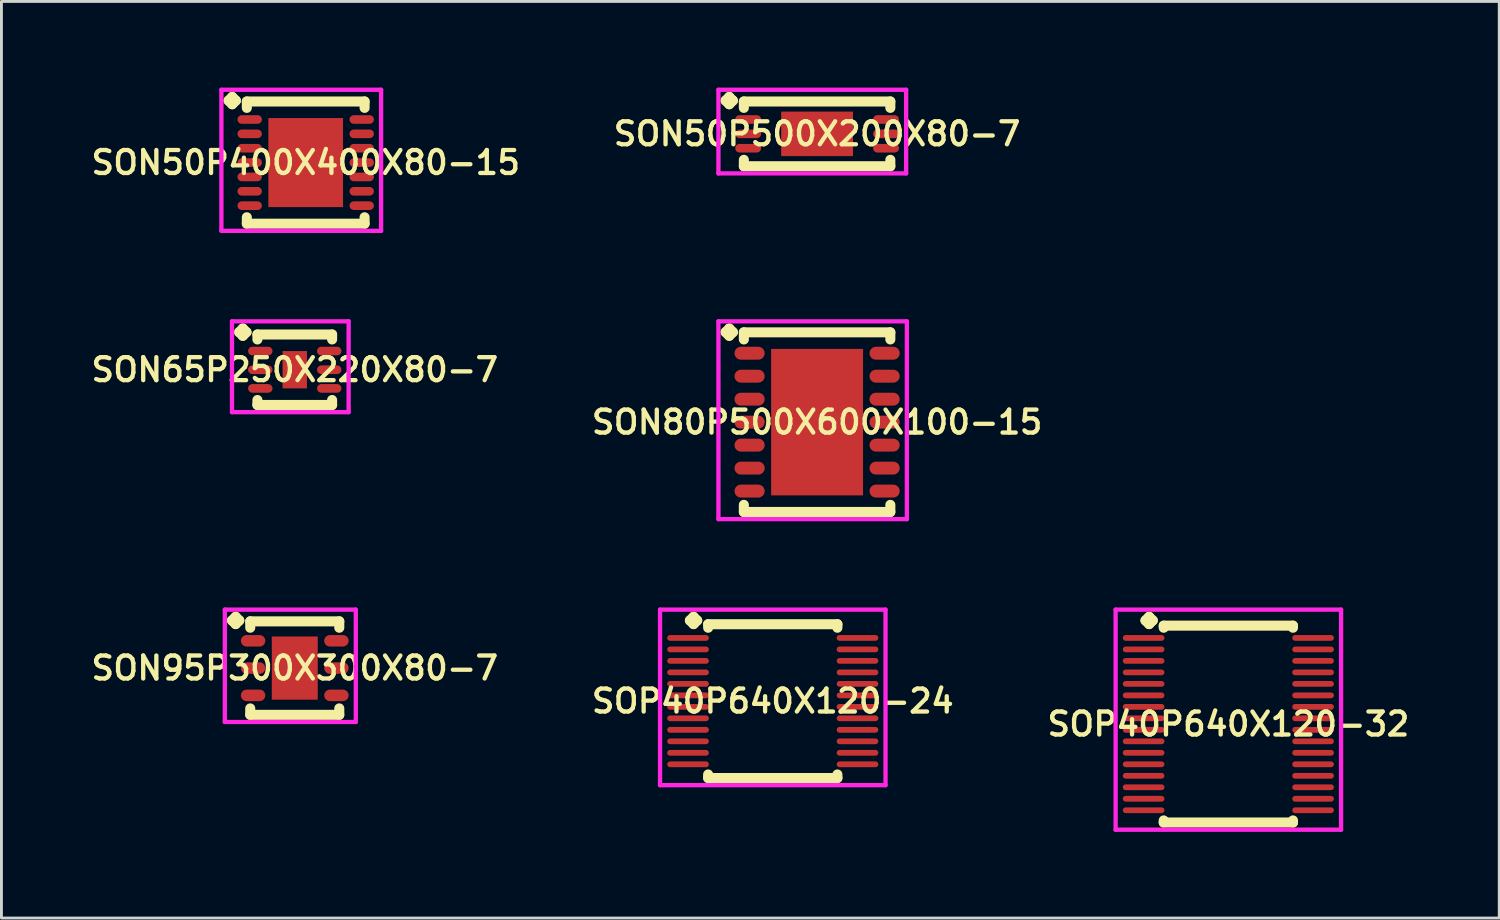
<source format=kicad_pcb>
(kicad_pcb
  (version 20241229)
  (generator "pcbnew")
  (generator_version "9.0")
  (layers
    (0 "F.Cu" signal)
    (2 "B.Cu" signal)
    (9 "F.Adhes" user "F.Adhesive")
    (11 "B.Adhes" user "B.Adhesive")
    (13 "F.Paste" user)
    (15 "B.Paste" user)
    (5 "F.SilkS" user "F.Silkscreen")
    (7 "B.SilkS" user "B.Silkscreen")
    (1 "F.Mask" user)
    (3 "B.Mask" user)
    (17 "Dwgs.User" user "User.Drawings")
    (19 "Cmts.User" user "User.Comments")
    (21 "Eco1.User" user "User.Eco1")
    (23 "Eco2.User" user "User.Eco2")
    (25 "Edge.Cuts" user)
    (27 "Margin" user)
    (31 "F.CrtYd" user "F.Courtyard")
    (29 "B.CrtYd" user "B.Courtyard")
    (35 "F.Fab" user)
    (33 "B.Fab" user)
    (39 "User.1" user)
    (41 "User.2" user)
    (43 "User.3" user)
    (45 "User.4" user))
  (footprint "SON80P500X600X100-15"
    (layer "F.Cu")
    (at 25.397 11.647)
    (property "Reference" "SON80P500X600X100-15" (at 0 0 0) (layer "F.SilkS") (effects (font (size 0.8 0.8) (thickness 0.15))))
    (attr smd)
    (fp_line (start -3.185 -3.133) (end -3.058 -3.26) (stroke (width 0.35) (type solid)) (layer "F.SilkS"))
    (fp_line (start -3.058 -3.26) (end -2.931 -3.133) (stroke (width 0.35) (type solid)) (layer "F.SilkS"))
    (fp_line (start -3.058 -3.006) (end -3.185 -3.133) (stroke (width 0.35) (type solid)) (layer "F.SilkS"))
    (fp_line (start -2.931 -3.133) (end -3.058 -3.006) (stroke (width 0.35) (type solid)) (layer "F.SilkS"))
    (fp_line (start -2.55 -3.127) (end 2.55 -3.127) (stroke (width 0.35) (type solid)) (layer "F.SilkS"))
    (fp_line (start -2.55 -2.879) (end -2.55 -3.127) (stroke (width 0.35) (type solid)) (layer "F.SilkS"))
    (fp_line (start -2.55 2.879) (end -2.55 3.127) (stroke (width 0.35) (type solid)) (layer "F.SilkS"))
    (fp_line (start -2.55 3.127) (end 2.55 3.127) (stroke (width 0.35) (type solid)) (layer "F.SilkS"))
    (fp_line (start 2.55 -3.127) (end 2.55 -2.879) (stroke (width 0.35) (type solid)) (layer "F.SilkS"))
    (fp_line (start 2.55 3.127) (end 2.55 2.879) (stroke (width 0.35) (type solid)) (layer "F.SilkS"))
    (fp_line (start -3.435 -3.51) (end 3.125 -3.51) (stroke (width 0.15) (type solid)) (layer "F.CrtYd"))
    (fp_line (start -3.435 3.377) (end -3.435 -3.51) (stroke (width 0.15) (type solid)) (layer "F.CrtYd"))
    (fp_line (start 3.125 -3.51) (end 3.125 3.377) (stroke (width 0.15) (type solid)) (layer "F.CrtYd"))
    (fp_line (start 3.125 3.377) (end -3.435 3.377) (stroke (width 0.15) (type solid)) (layer "F.CrtYd"))
    (pad "1" smd oval (at -2.35 -2.4) (size 1.05 0.45) (layers "F.Cu" "F.Mask" "F.Paste"))
    (pad "2" smd oval (at -2.35 -1.6) (size 1.05 0.45) (layers "F.Cu" "F.Mask" "F.Paste"))
    (pad "3" smd oval (at -2.35 -0.8) (size 1.05 0.45) (layers "F.Cu" "F.Mask" "F.Paste"))
    (pad "4" smd oval (at -2.35 0) (size 1.05 0.45) (layers "F.Cu" "F.Mask" "F.Paste"))
    (pad "5" smd oval (at -2.35 0.8) (size 1.05 0.45) (layers "F.Cu" "F.Mask" "F.Paste"))
    (pad "6" smd oval (at -2.35 1.6) (size 1.05 0.45) (layers "F.Cu" "F.Mask" "F.Paste"))
    (pad "7" smd oval (at -2.35 2.4) (size 1.05 0.45) (layers "F.Cu" "F.Mask" "F.Paste"))
    (pad "8" smd oval (at 2.35 2.4) (size 1.05 0.45) (layers "F.Cu" "F.Mask" "F.Paste"))
    (pad "9" smd oval (at 2.35 1.6) (size 1.05 0.45) (layers "F.Cu" "F.Mask" "F.Paste"))
    (pad "10" smd oval (at 2.35 0.8) (size 1.05 0.45) (layers "F.Cu" "F.Mask" "F.Paste"))
    (pad "11" smd oval (at 2.35 0) (size 1.05 0.45) (layers "F.Cu" "F.Mask" "F.Paste"))
    (pad "12" smd oval (at 2.35 -0.8) (size 1.05 0.45) (layers "F.Cu" "F.Mask" "F.Paste"))
    (pad "13" smd oval (at 2.35 -1.6) (size 1.05 0.45) (layers "F.Cu" "F.Mask" "F.Paste"))
    (pad "14" smd oval (at 2.35 -2.4) (size 1.05 0.45) (layers "F.Cu" "F.Mask" "F.Paste"))
    (pad "15" smd rect (at 0 0) (size 3.2 5.1) (layers "F.Cu" "F.Mask" "F.Paste")))
  (footprint "SOP40P640X120-32"
    (layer "F.Cu")
    (at 39.715 22.159)
    (property "Reference" "SOP40P640X120-32" (at 0 0 0) (layer "F.SilkS") (effects (font (size 0.8 0.8) (thickness 0.15))))
    (attr smd)
    (fp_line (start -2.885 -3.608) (end -2.758 -3.735) (stroke (width 0.35) (type solid)) (layer "F.SilkS"))
    (fp_line (start -2.758 -3.735) (end -2.631 -3.608) (stroke (width 0.35) (type solid)) (layer "F.SilkS"))
    (fp_line (start -2.758 -3.481) (end -2.885 -3.608) (stroke (width 0.35) (type solid)) (layer "F.SilkS"))
    (fp_line (start -2.631 -3.608) (end -2.758 -3.481) (stroke (width 0.35) (type solid)) (layer "F.SilkS"))
    (fp_line (start -2.25 -3.427) (end 2.25 -3.427) (stroke (width 0.35) (type solid)) (layer "F.SilkS"))
    (fp_line (start -2.25 -3.354) (end -2.25 -3.427) (stroke (width 0.35) (type solid)) (layer "F.SilkS"))
    (fp_line (start -2.25 3.354) (end -2.25 3.427) (stroke (width 0.35) (type solid)) (layer "F.SilkS"))
    (fp_line (start -2.25 3.427) (end 2.25 3.427) (stroke (width 0.35) (type solid)) (layer "F.SilkS"))
    (fp_line (start 2.25 -3.427) (end 2.25 -3.354) (stroke (width 0.35) (type solid)) (layer "F.SilkS"))
    (fp_line (start 2.25 3.427) (end 2.25 3.354) (stroke (width 0.35) (type solid)) (layer "F.SilkS"))
    (fp_line (start -3.925 -3.985) (end 3.925 -3.985) (stroke (width 0.15) (type solid)) (layer "F.CrtYd"))
    (fp_line (start -3.925 3.677) (end -3.925 -3.985) (stroke (width 0.15) (type solid)) (layer "F.CrtYd"))
    (fp_line (start 3.925 -3.985) (end 3.925 3.677) (stroke (width 0.15) (type solid)) (layer "F.CrtYd"))
    (fp_line (start 3.925 3.677) (end -3.925 3.677) (stroke (width 0.15) (type solid)) (layer "F.CrtYd"))
    (pad "1" smd oval (at -2.95 -3) (size 1.45 0.2) (layers "F.Cu" "F.Mask" "F.Paste"))
    (pad "2" smd oval (at -2.95 -2.6) (size 1.45 0.2) (layers "F.Cu" "F.Mask" "F.Paste"))
    (pad "3" smd oval (at -2.95 -2.2) (size 1.45 0.2) (layers "F.Cu" "F.Mask" "F.Paste"))
    (pad "4" smd oval (at -2.95 -1.8) (size 1.45 0.2) (layers "F.Cu" "F.Mask" "F.Paste"))
    (pad "5" smd oval (at -2.95 -1.4) (size 1.45 0.2) (layers "F.Cu" "F.Mask" "F.Paste"))
    (pad "6" smd oval (at -2.95 -1) (size 1.45 0.2) (layers "F.Cu" "F.Mask" "F.Paste"))
    (pad "7" smd oval (at -2.95 -0.6) (size 1.45 0.2) (layers "F.Cu" "F.Mask" "F.Paste"))
    (pad "8" smd oval (at -2.95 -0.2) (size 1.45 0.2) (layers "F.Cu" "F.Mask" "F.Paste"))
    (pad "9" smd oval (at -2.95 0.2) (size 1.45 0.2) (layers "F.Cu" "F.Mask" "F.Paste"))
    (pad "10" smd oval (at -2.95 0.6) (size 1.45 0.2) (layers "F.Cu" "F.Mask" "F.Paste"))
    (pad "11" smd oval (at -2.95 1) (size 1.45 0.2) (layers "F.Cu" "F.Mask" "F.Paste"))
    (pad "12" smd oval (at -2.95 1.4) (size 1.45 0.2) (layers "F.Cu" "F.Mask" "F.Paste"))
    (pad "13" smd oval (at -2.95 1.8) (size 1.45 0.2) (layers "F.Cu" "F.Mask" "F.Paste"))
    (pad "14" smd oval (at -2.95 2.2) (size 1.45 0.2) (layers "F.Cu" "F.Mask" "F.Paste"))
    (pad "15" smd oval (at -2.95 2.6) (size 1.45 0.2) (layers "F.Cu" "F.Mask" "F.Paste"))
    (pad "16" smd oval (at -2.95 3) (size 1.45 0.2) (layers "F.Cu" "F.Mask" "F.Paste"))
    (pad "17" smd oval (at 2.95 3) (size 1.45 0.2) (layers "F.Cu" "F.Mask" "F.Paste"))
    (pad "18" smd oval (at 2.95 2.6) (size 1.45 0.2) (layers "F.Cu" "F.Mask" "F.Paste"))
    (pad "19" smd oval (at 2.95 2.2) (size 1.45 0.2) (layers "F.Cu" "F.Mask" "F.Paste"))
    (pad "20" smd oval (at 2.95 1.8) (size 1.45 0.2) (layers "F.Cu" "F.Mask" "F.Paste"))
    (pad "21" smd oval (at 2.95 1.4) (size 1.45 0.2) (layers "F.Cu" "F.Mask" "F.Paste"))
    (pad "22" smd oval (at 2.95 1) (size 1.45 0.2) (layers "F.Cu" "F.Mask" "F.Paste"))
    (pad "23" smd oval (at 2.95 0.6) (size 1.45 0.2) (layers "F.Cu" "F.Mask" "F.Paste"))
    (pad "24" smd oval (at 2.95 0.2) (size 1.45 0.2) (layers "F.Cu" "F.Mask" "F.Paste"))
    (pad "25" smd oval (at 2.95 -0.2) (size 1.45 0.2) (layers "F.Cu" "F.Mask" "F.Paste"))
    (pad "26" smd oval (at 2.95 -0.6) (size 1.45 0.2) (layers "F.Cu" "F.Mask" "F.Paste"))
    (pad "27" smd oval (at 2.95 -1) (size 1.45 0.2) (layers "F.Cu" "F.Mask" "F.Paste"))
    (pad "28" smd oval (at 2.95 -1.4) (size 1.45 0.2) (layers "F.Cu" "F.Mask" "F.Paste"))
    (pad "29" smd oval (at 2.95 -1.8) (size 1.45 0.2) (layers "F.Cu" "F.Mask" "F.Paste"))
    (pad "30" smd oval (at 2.95 -2.2) (size 1.45 0.2) (layers "F.Cu" "F.Mask" "F.Paste"))
    (pad "31" smd oval (at 2.95 -2.6) (size 1.45 0.2) (layers "F.Cu" "F.Mask" "F.Paste"))
    (pad "32" smd oval (at 2.95 -3) (size 1.45 0.2) (layers "F.Cu" "F.Mask" "F.Paste")))
  (footprint "SOP40P640X120-24"
    (layer "F.Cu")
    (at 23.854 21.359)
    (property "Reference" "SOP40P640X120-24" (at 0 0 0) (layer "F.SilkS") (effects (font (size 0.8 0.8) (thickness 0.15))))
    (attr smd)
    (fp_line (start -2.885 -2.808) (end -2.758 -2.935) (stroke (width 0.35) (type solid)) (layer "F.SilkS"))
    (fp_line (start -2.758 -2.935) (end -2.631 -2.808) (stroke (width 0.35) (type solid)) (layer "F.SilkS"))
    (fp_line (start -2.758 -2.681) (end -2.885 -2.808) (stroke (width 0.35) (type solid)) (layer "F.SilkS"))
    (fp_line (start -2.631 -2.808) (end -2.758 -2.681) (stroke (width 0.35) (type solid)) (layer "F.SilkS"))
    (fp_line (start -2.25 -2.677) (end 2.25 -2.677) (stroke (width 0.35) (type solid)) (layer "F.SilkS"))
    (fp_line (start -2.25 -2.554) (end -2.25 -2.677) (stroke (width 0.35) (type solid)) (layer "F.SilkS"))
    (fp_line (start -2.25 2.554) (end -2.25 2.677) (stroke (width 0.35) (type solid)) (layer "F.SilkS"))
    (fp_line (start -2.25 2.677) (end 2.25 2.677) (stroke (width 0.35) (type solid)) (layer "F.SilkS"))
    (fp_line (start 2.25 -2.677) (end 2.25 -2.554) (stroke (width 0.35) (type solid)) (layer "F.SilkS"))
    (fp_line (start 2.25 2.677) (end 2.25 2.554) (stroke (width 0.35) (type solid)) (layer "F.SilkS"))
    (fp_line (start -3.925 -3.185) (end 3.925 -3.185) (stroke (width 0.15) (type solid)) (layer "F.CrtYd"))
    (fp_line (start -3.925 2.927) (end -3.925 -3.185) (stroke (width 0.15) (type solid)) (layer "F.CrtYd"))
    (fp_line (start 3.925 -3.185) (end 3.925 2.927) (stroke (width 0.15) (type solid)) (layer "F.CrtYd"))
    (fp_line (start 3.925 2.927) (end -3.925 2.927) (stroke (width 0.15) (type solid)) (layer "F.CrtYd"))
    (pad "1" smd oval (at -2.95 -2.2) (size 1.45 0.2) (layers "F.Cu" "F.Mask" "F.Paste"))
    (pad "2" smd oval (at -2.95 -1.8) (size 1.45 0.2) (layers "F.Cu" "F.Mask" "F.Paste"))
    (pad "3" smd oval (at -2.95 -1.4) (size 1.45 0.2) (layers "F.Cu" "F.Mask" "F.Paste"))
    (pad "4" smd oval (at -2.95 -1) (size 1.45 0.2) (layers "F.Cu" "F.Mask" "F.Paste"))
    (pad "5" smd oval (at -2.95 -0.6) (size 1.45 0.2) (layers "F.Cu" "F.Mask" "F.Paste"))
    (pad "6" smd oval (at -2.95 -0.2) (size 1.45 0.2) (layers "F.Cu" "F.Mask" "F.Paste"))
    (pad "7" smd oval (at -2.95 0.2) (size 1.45 0.2) (layers "F.Cu" "F.Mask" "F.Paste"))
    (pad "8" smd oval (at -2.95 0.6) (size 1.45 0.2) (layers "F.Cu" "F.Mask" "F.Paste"))
    (pad "9" smd oval (at -2.95 1) (size 1.45 0.2) (layers "F.Cu" "F.Mask" "F.Paste"))
    (pad "10" smd oval (at -2.95 1.4) (size 1.45 0.2) (layers "F.Cu" "F.Mask" "F.Paste"))
    (pad "11" smd oval (at -2.95 1.8) (size 1.45 0.2) (layers "F.Cu" "F.Mask" "F.Paste"))
    (pad "12" smd oval (at -2.95 2.2) (size 1.45 0.2) (layers "F.Cu" "F.Mask" "F.Paste"))
    (pad "13" smd oval (at 2.95 2.2) (size 1.45 0.2) (layers "F.Cu" "F.Mask" "F.Paste"))
    (pad "14" smd oval (at 2.95 1.8) (size 1.45 0.2) (layers "F.Cu" "F.Mask" "F.Paste"))
    (pad "15" smd oval (at 2.95 1.4) (size 1.45 0.2) (layers "F.Cu" "F.Mask" "F.Paste"))
    (pad "16" smd oval (at 2.95 1) (size 1.45 0.2) (layers "F.Cu" "F.Mask" "F.Paste"))
    (pad "17" smd oval (at 2.95 0.6) (size 1.45 0.2) (layers "F.Cu" "F.Mask" "F.Paste"))
    (pad "18" smd oval (at 2.95 0.2) (size 1.45 0.2) (layers "F.Cu" "F.Mask" "F.Paste"))
    (pad "19" smd oval (at 2.95 -0.2) (size 1.45 0.2) (layers "F.Cu" "F.Mask" "F.Paste"))
    (pad "20" smd oval (at 2.95 -0.6) (size 1.45 0.2) (layers "F.Cu" "F.Mask" "F.Paste"))
    (pad "21" smd oval (at 2.95 -1) (size 1.45 0.2) (layers "F.Cu" "F.Mask" "F.Paste"))
    (pad "22" smd oval (at 2.95 -1.4) (size 1.45 0.2) (layers "F.Cu" "F.Mask" "F.Paste"))
    (pad "23" smd oval (at 2.95 -1.8) (size 1.45 0.2) (layers "F.Cu" "F.Mask" "F.Paste"))
    (pad "24" smd oval (at 2.95 -2.2) (size 1.45 0.2) (layers "F.Cu" "F.Mask" "F.Paste")))
  (footprint "SON50P400X400X80-15"
    (layer "F.Cu")
    (at 7.593 2.61)
    (property "Reference" "SON50P400X400X80-15" (at 0 0 0) (layer "F.SilkS") (effects (font (size 0.8 0.8) (thickness 0.15))))
    (attr smd)
    (fp_line (start -2.685 -2.158) (end -2.558 -2.285) (stroke (width 0.35) (type solid)) (layer "F.SilkS"))
    (fp_line (start -2.558 -2.285) (end -2.431 -2.158) (stroke (width 0.35) (type solid)) (layer "F.SilkS"))
    (fp_line (start -2.558 -2.031) (end -2.685 -2.158) (stroke (width 0.35) (type solid)) (layer "F.SilkS"))
    (fp_line (start -2.431 -2.158) (end -2.558 -2.031) (stroke (width 0.35) (type solid)) (layer "F.SilkS"))
    (fp_line (start -2.05 -2.127) (end 2.05 -2.127) (stroke (width 0.35) (type solid)) (layer "F.SilkS"))
    (fp_line (start -2.05 -1.904) (end -2.05 -2.127) (stroke (width 0.35) (type solid)) (layer "F.SilkS"))
    (fp_line (start -2.05 1.904) (end -2.05 2.127) (stroke (width 0.35) (type solid)) (layer "F.SilkS"))
    (fp_line (start -2.05 2.127) (end 2.05 2.127) (stroke (width 0.35) (type solid)) (layer "F.SilkS"))
    (fp_line (start 2.05 -2.127) (end 2.05 -1.904) (stroke (width 0.35) (type solid)) (layer "F.SilkS"))
    (fp_line (start 2.05 2.127) (end 2.05 1.904) (stroke (width 0.35) (type solid)) (layer "F.SilkS"))
    (fp_line (start -2.935 -2.535) (end 2.625 -2.535) (stroke (width 0.15) (type solid)) (layer "F.CrtYd"))
    (fp_line (start -2.935 2.377) (end -2.935 -2.535) (stroke (width 0.15) (type solid)) (layer "F.CrtYd"))
    (fp_line (start 2.625 -2.535) (end 2.625 2.377) (stroke (width 0.15) (type solid)) (layer "F.CrtYd"))
    (fp_line (start 2.625 2.377) (end -2.935 2.377) (stroke (width 0.15) (type solid)) (layer "F.CrtYd"))
    (pad "1" smd oval (at -1.95 -1.5) (size 0.85 0.3) (layers "F.Cu" "F.Mask" "F.Paste"))
    (pad "2" smd oval (at -1.95 -1) (size 0.85 0.3) (layers "F.Cu" "F.Mask" "F.Paste"))
    (pad "3" smd oval (at -1.95 -0.5) (size 0.85 0.3) (layers "F.Cu" "F.Mask" "F.Paste"))
    (pad "4" smd oval (at -1.95 0) (size 0.85 0.3) (layers "F.Cu" "F.Mask" "F.Paste"))
    (pad "5" smd oval (at -1.95 0.5) (size 0.85 0.3) (layers "F.Cu" "F.Mask" "F.Paste"))
    (pad "6" smd oval (at -1.95 1) (size 0.85 0.3) (layers "F.Cu" "F.Mask" "F.Paste"))
    (pad "7" smd oval (at -1.95 1.5) (size 0.85 0.3) (layers "F.Cu" "F.Mask" "F.Paste"))
    (pad "8" smd oval (at 1.95 1.5) (size 0.85 0.3) (layers "F.Cu" "F.Mask" "F.Paste"))
    (pad "9" smd oval (at 1.95 1) (size 0.85 0.3) (layers "F.Cu" "F.Mask" "F.Paste"))
    (pad "10" smd oval (at 1.95 0.5) (size 0.85 0.3) (layers "F.Cu" "F.Mask" "F.Paste"))
    (pad "11" smd oval (at 1.95 0) (size 0.85 0.3) (layers "F.Cu" "F.Mask" "F.Paste"))
    (pad "12" smd oval (at 1.95 -0.5) (size 0.85 0.3) (layers "F.Cu" "F.Mask" "F.Paste"))
    (pad "13" smd oval (at 1.95 -1) (size 0.85 0.3) (layers "F.Cu" "F.Mask" "F.Paste"))
    (pad "14" smd oval (at 1.95 -1.5) (size 0.85 0.3) (layers "F.Cu" "F.Mask" "F.Paste"))
    (pad "15" smd rect (at 0 0) (size 2.6 3.1) (layers "F.Cu" "F.Mask" "F.Paste")))
  (footprint "SON50P500X200X80-7"
    (layer "F.Cu")
    (at 25.397 1.61)
    (property "Reference" "SON50P500X200X80-7" (at 0 0 0) (layer "F.SilkS") (effects (font (size 0.8 0.8) (thickness 0.15))))
    (attr smd)
    (fp_line (start -3.185 -1.158) (end -3.058 -1.285) (stroke (width 0.35) (type solid)) (layer "F.SilkS"))
    (fp_line (start -3.058 -1.285) (end -2.931 -1.158) (stroke (width 0.35) (type solid)) (layer "F.SilkS"))
    (fp_line (start -3.058 -1.031) (end -3.185 -1.158) (stroke (width 0.35) (type solid)) (layer "F.SilkS"))
    (fp_line (start -2.931 -1.158) (end -3.058 -1.031) (stroke (width 0.35) (type solid)) (layer "F.SilkS"))
    (fp_line (start -2.55 -1.127) (end 2.55 -1.127) (stroke (width 0.35) (type solid)) (layer "F.SilkS"))
    (fp_line (start -2.55 -0.904) (end -2.55 -1.127) (stroke (width 0.35) (type solid)) (layer "F.SilkS"))
    (fp_line (start -2.55 0.904) (end -2.55 1.127) (stroke (width 0.35) (type solid)) (layer "F.SilkS"))
    (fp_line (start -2.55 1.127) (end 2.55 1.127) (stroke (width 0.35) (type solid)) (layer "F.SilkS"))
    (fp_line (start 2.55 -1.127) (end 2.55 -0.904) (stroke (width 0.35) (type solid)) (layer "F.SilkS"))
    (fp_line (start 2.55 1.127) (end 2.55 0.904) (stroke (width 0.35) (type solid)) (layer "F.SilkS"))
    (fp_line (start -3.435 -1.535) (end 3.1 -1.535) (stroke (width 0.15) (type solid)) (layer "F.CrtYd"))
    (fp_line (start -3.435 1.377) (end -3.435 -1.535) (stroke (width 0.15) (type solid)) (layer "F.CrtYd"))
    (fp_line (start 3.1 -1.535) (end 3.1 1.377) (stroke (width 0.15) (type solid)) (layer "F.CrtYd"))
    (fp_line (start 3.1 1.377) (end -3.435 1.377) (stroke (width 0.15) (type solid)) (layer "F.CrtYd"))
    (pad "1" smd oval (at -2.4 -0.5) (size 0.9 0.3) (layers "F.Cu" "F.Mask" "F.Paste"))
    (pad "2" smd oval (at -2.4 0) (size 0.9 0.3) (layers "F.Cu" "F.Mask" "F.Paste"))
    (pad "3" smd oval (at -2.4 0.5) (size 0.9 0.3) (layers "F.Cu" "F.Mask" "F.Paste"))
    (pad "4" smd oval (at 2.4 0.5) (size 0.9 0.3) (layers "F.Cu" "F.Mask" "F.Paste"))
    (pad "5" smd oval (at 2.4 0) (size 0.9 0.3) (layers "F.Cu" "F.Mask" "F.Paste"))
    (pad "6" smd oval (at 2.4 -0.5) (size 0.9 0.3) (layers "F.Cu" "F.Mask" "F.Paste"))
    (pad "7" smd rect (at 0 0) (size 2.5 1.55) (layers "F.Cu" "F.Mask" "F.Paste")))
  (footprint "SON65P250X220X80-7"
    (layer "F.Cu")
    (at 7.212 9.822)
    (property "Reference" "SON65P250X220X80-7" (at 0 0 0) (layer "F.SilkS") (effects (font (size 0.8 0.8) (thickness 0.15))))
    (attr smd)
    (fp_line (start -1.935 -1.308) (end -1.808 -1.435) (stroke (width 0.35) (type solid)) (layer "F.SilkS"))
    (fp_line (start -1.808 -1.435) (end -1.681 -1.308) (stroke (width 0.35) (type solid)) (layer "F.SilkS"))
    (fp_line (start -1.808 -1.181) (end -1.935 -1.308) (stroke (width 0.35) (type solid)) (layer "F.SilkS"))
    (fp_line (start -1.681 -1.308) (end -1.808 -1.181) (stroke (width 0.35) (type solid)) (layer "F.SilkS"))
    (fp_line (start -1.3 -1.227) (end 1.3 -1.227) (stroke (width 0.35) (type solid)) (layer "F.SilkS"))
    (fp_line (start -1.3 -1.054) (end -1.3 -1.227) (stroke (width 0.35) (type solid)) (layer "F.SilkS"))
    (fp_line (start -1.3 1.054) (end -1.3 1.227) (stroke (width 0.35) (type solid)) (layer "F.SilkS"))
    (fp_line (start -1.3 1.227) (end 1.3 1.227) (stroke (width 0.35) (type solid)) (layer "F.SilkS"))
    (fp_line (start 1.3 -1.227) (end 1.3 -1.054) (stroke (width 0.35) (type solid)) (layer "F.SilkS"))
    (fp_line (start 1.3 1.227) (end 1.3 1.054) (stroke (width 0.35) (type solid)) (layer "F.SilkS"))
    (fp_line (start -2.185 -1.685) (end 1.875 -1.685) (stroke (width 0.15) (type solid)) (layer "F.CrtYd"))
    (fp_line (start -2.185 1.477) (end -2.185 -1.685) (stroke (width 0.15) (type solid)) (layer "F.CrtYd"))
    (fp_line (start 1.875 -1.685) (end 1.875 1.477) (stroke (width 0.15) (type solid)) (layer "F.CrtYd"))
    (fp_line (start 1.875 1.477) (end -2.185 1.477) (stroke (width 0.15) (type solid)) (layer "F.CrtYd"))
    (pad "1" smd oval (at -1.2 -0.65) (size 0.85 0.3) (layers "F.Cu" "F.Mask" "F.Paste"))
    (pad "2" smd oval (at -1.2 0) (size 0.85 0.3) (layers "F.Cu" "F.Mask" "F.Paste"))
    (pad "3" smd oval (at -1.2 0.65) (size 0.85 0.3) (layers "F.Cu" "F.Mask" "F.Paste"))
    (pad "4" smd oval (at 1.2 0.65) (size 0.85 0.3) (layers "F.Cu" "F.Mask" "F.Paste"))
    (pad "5" smd oval (at 1.2 0) (size 0.85 0.3) (layers "F.Cu" "F.Mask" "F.Paste"))
    (pad "6" smd oval (at 1.2 -0.65) (size 0.85 0.3) (layers "F.Cu" "F.Mask" "F.Paste"))
    (pad "7" smd rect (at 0 0) (size 0.85 1.3) (layers "F.Cu" "F.Mask" "F.Paste")))
  (footprint "SON95P300X300X80-7"
    (layer "F.Cu")
    (at 7.212 20.209)
    (property "Reference" "SON95P300X300X80-7" (at 0 0 0) (layer "F.SilkS") (effects (font (size 0.8 0.8) (thickness 0.15))))
    (attr smd)
    (fp_line (start -2.185 -1.658) (end -2.058 -1.785) (stroke (width 0.35) (type solid)) (layer "F.SilkS"))
    (fp_line (start -2.058 -1.785) (end -1.931 -1.658) (stroke (width 0.35) (type solid)) (layer "F.SilkS"))
    (fp_line (start -2.058 -1.531) (end -2.185 -1.658) (stroke (width 0.35) (type solid)) (layer "F.SilkS"))
    (fp_line (start -1.931 -1.658) (end -2.058 -1.531) (stroke (width 0.35) (type solid)) (layer "F.SilkS"))
    (fp_line (start -1.55 -1.627) (end 1.55 -1.627) (stroke (width 0.35) (type solid)) (layer "F.SilkS"))
    (fp_line (start -1.55 -1.404) (end -1.55 -1.627) (stroke (width 0.35) (type solid)) (layer "F.SilkS"))
    (fp_line (start -1.55 1.404) (end -1.55 1.627) (stroke (width 0.35) (type solid)) (layer "F.SilkS"))
    (fp_line (start -1.55 1.627) (end 1.55 1.627) (stroke (width 0.35) (type solid)) (layer "F.SilkS"))
    (fp_line (start 1.55 -1.627) (end 1.55 -1.404) (stroke (width 0.35) (type solid)) (layer "F.SilkS"))
    (fp_line (start 1.55 1.627) (end 1.55 1.404) (stroke (width 0.35) (type solid)) (layer "F.SilkS"))
    (fp_line (start -2.435 -2.035) (end 2.125 -2.035) (stroke (width 0.15) (type solid)) (layer "F.CrtYd"))
    (fp_line (start -2.435 1.877) (end -2.435 -2.035) (stroke (width 0.15) (type solid)) (layer "F.CrtYd"))
    (fp_line (start 2.125 -2.035) (end 2.125 1.877) (stroke (width 0.15) (type solid)) (layer "F.CrtYd"))
    (fp_line (start 2.125 1.877) (end -2.435 1.877) (stroke (width 0.15) (type solid)) (layer "F.CrtYd"))
    (pad "1" smd oval (at -1.45 -0.95) (size 0.85 0.4) (layers "F.Cu" "F.Mask" "F.Paste"))
    (pad "2" smd oval (at -1.45 0) (size 0.85 0.4) (layers "F.Cu" "F.Mask" "F.Paste"))
    (pad "3" smd oval (at -1.45 0.95) (size 0.85 0.4) (layers "F.Cu" "F.Mask" "F.Paste"))
    (pad "4" smd oval (at 1.45 0.95) (size 0.85 0.4) (layers "F.Cu" "F.Mask" "F.Paste"))
    (pad "5" smd oval (at 1.45 0) (size 0.85 0.4) (layers "F.Cu" "F.Mask" "F.Paste"))
    (pad "6" smd oval (at 1.45 -0.95) (size 0.85 0.4) (layers "F.Cu" "F.Mask" "F.Paste"))
    (pad "7" smd rect (at 0 0) (size 1.6 2.2) (layers "F.Cu" "F.Mask" "F.Paste")))
  (gr_rect
    (start -3 -3)
    (end 49.146 28.911)
    (stroke (width 0.1) (type default))
    (fill no)
    (layer "Edge.Cuts")))
</source>
